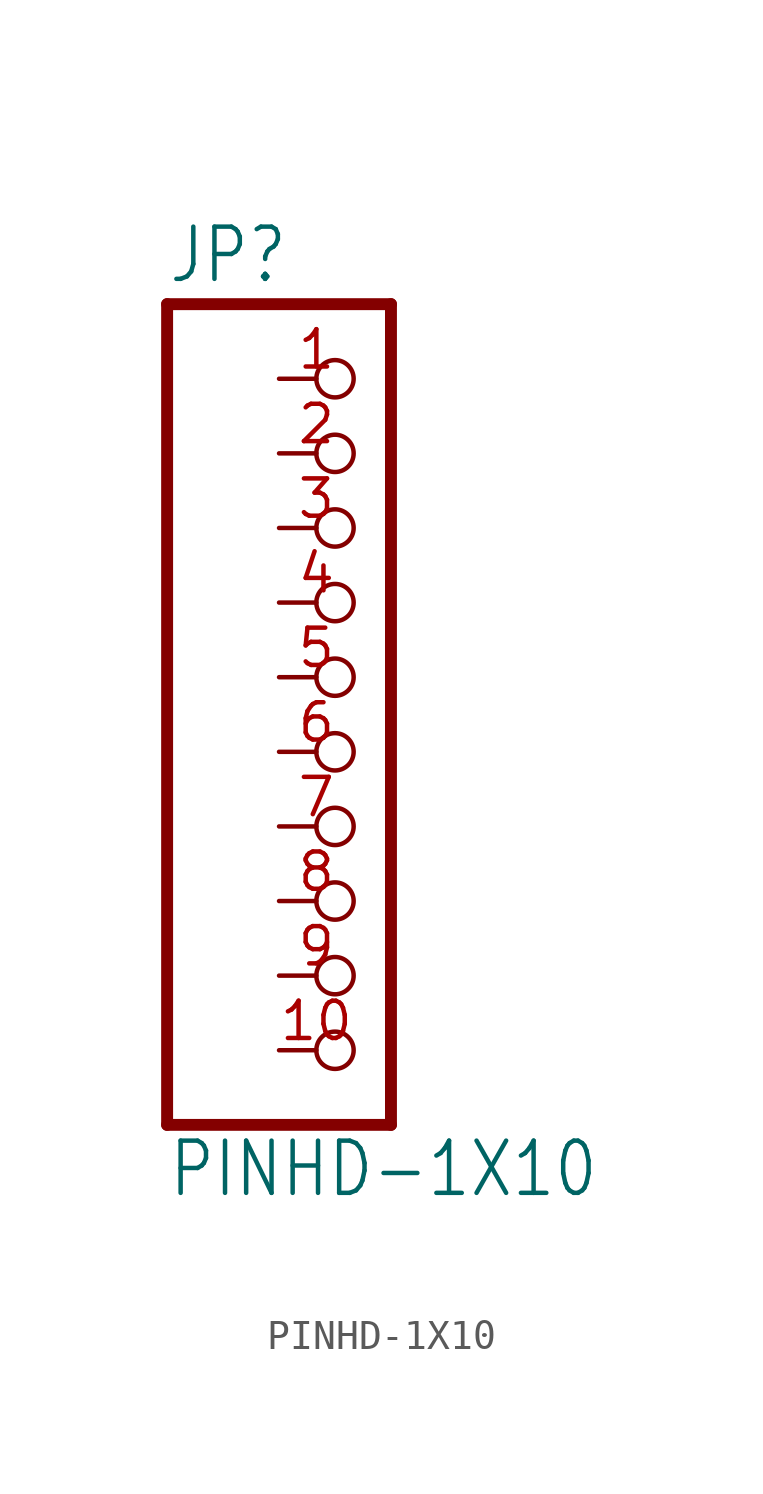
<source format=kicad_sym>
(kicad_symbol_lib
  (version 20211014)
  (generator kicad_symbol_editor)
  (symbol "PINHD-1X10"
    (property "Reference" "JP"
      (at -6.35 13.335 0)
      (effects (font (size 1.778 1.511)) (justify left bottom)))
    (property "Value" "PINHD-1X10"
      (at -6.35 -17.78 0)
      (effects (font (size 1.778 1.511)) (justify left bottom)))
    (property "ki_locked" ""
      (at 0 0 0)
      (effects (font (size 1.27 1.27))))
    (symbol "PINHD-1X10_1_0"
      (polyline (pts (xy -6.35 -15.24) (xy 1.27 -15.24)) (stroke (width 0.406) (type default) (color 0 0 0 0)) (fill (type none)))
      (polyline (pts (xy -6.35 12.7) (xy -6.35 -15.24)) (stroke (width 0.406) (type default) (color 0 0 0 0)) (fill (type none)))
      (polyline (pts (xy 1.27 -15.24) (xy 1.27 12.7)) (stroke (width 0.406) (type default) (color 0 0 0 0)) (fill (type none)))
      (polyline (pts (xy 1.27 12.7) (xy -6.35 12.7)) (stroke (width 0.406) (type default) (color 0 0 0 0)) (fill (type none)))
      (pin passive inverted (at -2.54 10.16 0) (length 2.54) (name "1" (effects (font (size 0 0)))) (number "1" (effects (font (size 1.27 1.27)))))
      (pin passive inverted (at -2.54 -12.7 0) (length 2.54) (name "10" (effects (font (size 0 0)))) (number "10" (effects (font (size 1.27 1.27)))))
      (pin passive inverted (at -2.54 7.62 0) (length 2.54) (name "2" (effects (font (size 0 0)))) (number "2" (effects (font (size 1.27 1.27)))))
      (pin passive inverted (at -2.54 5.08 0) (length 2.54) (name "3" (effects (font (size 0 0)))) (number "3" (effects (font (size 1.27 1.27)))))
      (pin passive inverted (at -2.54 2.54 0) (length 2.54) (name "4" (effects (font (size 0 0)))) (number "4" (effects (font (size 1.27 1.27)))))
      (pin passive inverted (at -2.54 0 0) (length 2.54) (name "5" (effects (font (size 0 0)))) (number "5" (effects (font (size 1.27 1.27)))))
      (pin passive inverted (at -2.54 -2.54 0) (length 2.54) (name "6" (effects (font (size 0 0)))) (number "6" (effects (font (size 1.27 1.27)))))
      (pin passive inverted (at -2.54 -5.08 0) (length 2.54) (name "7" (effects (font (size 0 0)))) (number "7" (effects (font (size 1.27 1.27)))))
      (pin passive inverted (at -2.54 -7.62 0) (length 2.54) (name "8" (effects (font (size 0 0)))) (number "8" (effects (font (size 1.27 1.27)))))
      (pin passive inverted (at -2.54 -10.16 0) (length 2.54) (name "9" (effects (font (size 0 0)))) (number "9" (effects (font (size 1.27 1.27))))))))
</source>
